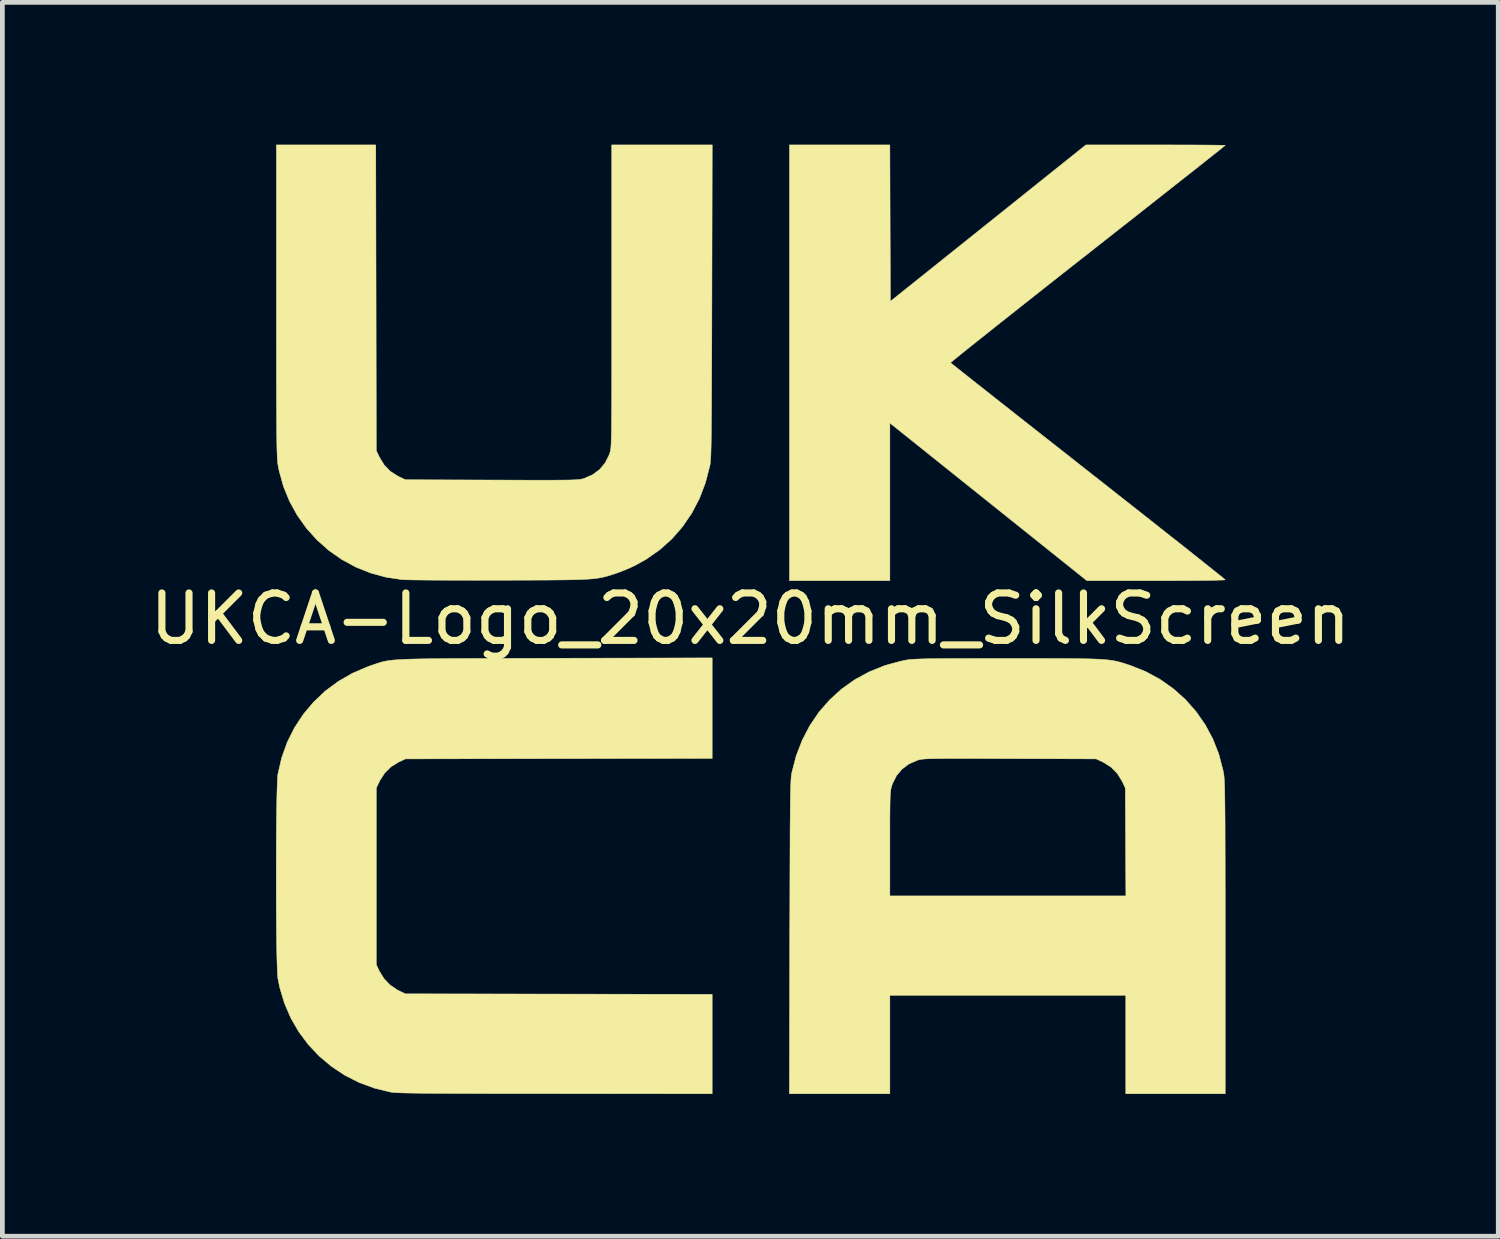
<source format=kicad_pcb>
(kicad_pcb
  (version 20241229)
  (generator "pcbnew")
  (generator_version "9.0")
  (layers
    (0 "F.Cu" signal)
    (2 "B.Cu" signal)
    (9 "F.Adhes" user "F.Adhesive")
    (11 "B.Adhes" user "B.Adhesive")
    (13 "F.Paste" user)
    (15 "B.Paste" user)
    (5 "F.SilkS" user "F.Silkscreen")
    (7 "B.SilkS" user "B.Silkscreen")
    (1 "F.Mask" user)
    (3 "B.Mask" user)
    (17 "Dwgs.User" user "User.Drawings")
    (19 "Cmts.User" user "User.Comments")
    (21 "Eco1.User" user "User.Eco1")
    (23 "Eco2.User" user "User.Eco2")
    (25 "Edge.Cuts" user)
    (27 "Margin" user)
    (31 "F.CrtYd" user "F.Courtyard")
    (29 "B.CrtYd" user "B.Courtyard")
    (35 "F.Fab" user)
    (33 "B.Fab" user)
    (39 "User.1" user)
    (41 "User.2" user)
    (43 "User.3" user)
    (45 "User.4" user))
  (footprint "UKCA-Logo_20x20mm_SilkScreen"
    (layer "F.Cu")
    (at 12.768 9.996)
    (property "Reference" "UKCA-Logo_20x20mm_SilkScreen" (at 0 0 0) (layer "F.SilkS") (effects (font (size 1 1) (thickness 0.15))))
    (attr board_only exclude_from_pos_files exclude_from_bom allow_missing_courtyard)
    (fp_poly (pts (xy 2.947 -8.342) (xy 2.953 -6.693) (xy 5.014 -8.342) (xy 7.075 -9.991) (xy 8.543 -9.991) (xy 8.788 -9.991) (xy 9.021 -9.99) (xy 9.237 -9.99) (xy 9.433 -9.989) (xy 9.607 -9.988) (xy 9.754 -9.987) (xy 9.871 -9.985) (xy 9.955 -9.984) (xy 10.002 -9.983) (xy 10.012 -9.982) (xy 9.995 -9.968) (xy 9.947 -9.929) (xy 9.87 -9.867) (xy 9.763 -9.783) (xy 9.631 -9.678) (xy 9.473 -9.553) (xy 9.293 -9.41) (xy 9.09 -9.251) (xy 8.868 -9.076) (xy 8.628 -8.887) (xy 8.372 -8.685) (xy 8.101 -8.471) (xy 7.817 -8.248) (xy 7.521 -8.015) (xy 7.216 -7.776) (xy 7.112 -7.694) (xy 6.804 -7.452) (xy 6.505 -7.217) (xy 6.217 -6.99) (xy 5.942 -6.772) (xy 5.681 -6.566) (xy 5.436 -6.372) (xy 5.208 -6.192) (xy 5 -6.026) (xy 4.813 -5.877) (xy 4.648 -5.746) (xy 4.508 -5.634) (xy 4.393 -5.541) (xy 4.307 -5.471) (xy 4.25 -5.424) (xy 4.224 -5.4) (xy 4.222 -5.398) (xy 4.24 -5.384) (xy 4.289 -5.344) (xy 4.368 -5.281) (xy 4.475 -5.196) (xy 4.609 -5.09) (xy 4.767 -4.965) (xy 4.949 -4.822) (xy 5.152 -4.661) (xy 5.375 -4.486) (xy 5.615 -4.296) (xy 5.872 -4.094) (xy 6.144 -3.88) (xy 6.428 -3.657) (xy 6.724 -3.424) (xy 7.029 -3.184) (xy 7.122 -3.111) (xy 7.43 -2.869) (xy 7.728 -2.634) (xy 8.016 -2.408) (xy 8.291 -2.191) (xy 8.552 -1.985) (xy 8.797 -1.791) (xy 9.025 -1.612) (xy 9.233 -1.447) (xy 9.421 -1.298) (xy 9.585 -1.167) (xy 9.726 -1.055) (xy 9.84 -0.963) (xy 9.927 -0.894) (xy 9.984 -0.847) (xy 10.01 -0.824) (xy 10.012 -0.822) (xy 9.991 -0.819) (xy 9.932 -0.817) (xy 9.837 -0.814) (xy 9.71 -0.811) (xy 9.554 -0.809) (xy 9.373 -0.807) (xy 9.17 -0.806) (xy 8.949 -0.805) (xy 8.712 -0.804) (xy 8.554 -0.804) (xy 7.096 -0.804) (xy 5.019 -2.466) (xy 2.942 -4.128) (xy 2.942 -0.804) (xy 0.826 -0.804) (xy 0.826 -9.991) (xy 2.942 -9.991) (xy 2.947 -8.342)) (stroke (width 0.01) (type solid)) (fill yes) (layer "F.SilkS"))
    (fp_poly (pts (xy -0.804 2.942) (xy -4.038 2.947) (xy -7.271 2.953) (xy -7.413 3.02) (xy -7.574 3.119) (xy -7.707 3.249) (xy -7.809 3.408) (xy -7.817 3.425) (xy -7.885 3.567) (xy -7.885 7.292) (xy -7.819 7.43) (xy -7.722 7.586) (xy -7.594 7.721) (xy -7.441 7.824) (xy -7.408 7.841) (xy -7.271 7.906) (xy -4.038 7.911) (xy -0.804 7.917) (xy -0.804 10.012) (xy -4.112 10.01) (xy -4.565 10.01) (xy -4.977 10.009) (xy -5.351 10.009) (xy -5.688 10.008) (xy -5.991 10.007) (xy -6.26 10.006) (xy -6.498 10.005) (xy -6.707 10.004) (xy -6.888 10.002) (xy -7.044 10) (xy -7.176 9.998) (xy -7.287 9.996) (xy -7.377 9.993) (xy -7.449 9.99) (xy -7.505 9.987) (xy -7.547 9.983) (xy -7.576 9.979) (xy -7.578 9.979) (xy -7.92 9.896) (xy -8.244 9.777) (xy -8.548 9.623) (xy -8.83 9.436) (xy -9.087 9.22) (xy -9.317 8.977) (xy -9.518 8.708) (xy -9.687 8.416) (xy -9.822 8.103) (xy -9.921 7.772) (xy -9.958 7.591) (xy -9.965 7.532) (xy -9.97 7.435) (xy -9.975 7.304) (xy -9.98 7.141) (xy -9.984 6.952) (xy -9.987 6.739) (xy -9.99 6.507) (xy -9.992 6.259) (xy -9.993 5.999) (xy -9.994 5.731) (xy -9.994 5.459) (xy -9.994 5.186) (xy -9.993 4.917) (xy -9.992 4.655) (xy -9.99 4.404) (xy -9.987 4.168) (xy -9.984 3.951) (xy -9.981 3.756) (xy -9.976 3.587) (xy -9.971 3.449) (xy -9.966 3.344) (xy -9.96 3.277) (xy -9.958 3.268) (xy -9.879 2.926) (xy -9.762 2.601) (xy -9.609 2.295) (xy -9.423 2.012) (xy -9.205 1.753) (xy -8.958 1.52) (xy -8.683 1.317) (xy -8.383 1.145) (xy -8.06 1.007) (xy -7.994 0.984) (xy -7.939 0.965) (xy -7.889 0.948) (xy -7.843 0.933) (xy -7.799 0.919) (xy -7.753 0.906) (xy -7.705 0.895) (xy -7.651 0.886) (xy -7.591 0.877) (xy -7.521 0.869) (xy -7.44 0.863) (xy -7.345 0.857) (xy -7.235 0.852) (xy -7.107 0.848) (xy -6.959 0.845) (xy -6.789 0.842) (xy -6.594 0.84) (xy -6.374 0.838) (xy -6.125 0.837) (xy -5.846 0.836) (xy -5.534 0.835) (xy -5.188 0.834) (xy -4.805 0.833) (xy -4.382 0.832) (xy -4.112 0.831) (xy -0.804 0.824) (xy -0.804 2.942)) (stroke (width 0.01) (type solid)) (fill yes) (layer "F.SilkS"))
    (fp_poly (pts (xy 6.084 0.836) (xy 6.356 0.837) (xy 6.593 0.837) (xy 6.8 0.839) (xy 6.98 0.841) (xy 7.134 0.844) (xy 7.266 0.848) (xy 7.38 0.854) (xy 7.477 0.861) (xy 7.561 0.869) (xy 7.635 0.879) (xy 7.701 0.891) (xy 7.763 0.906) (xy 7.823 0.922) (xy 7.885 0.941) (xy 7.951 0.963) (xy 8.015 0.984) (xy 8.34 1.114) (xy 8.643 1.279) (xy 8.921 1.476) (xy 9.174 1.702) (xy 9.398 1.956) (xy 9.591 2.234) (xy 9.752 2.534) (xy 9.877 2.854) (xy 9.965 3.19) (xy 9.98 3.268) (xy 9.984 3.297) (xy 9.988 3.334) (xy 9.991 3.381) (xy 9.995 3.438) (xy 9.998 3.509) (xy 10 3.596) (xy 10.002 3.699) (xy 10.004 3.823) (xy 10.006 3.967) (xy 10.007 4.135) (xy 10.009 4.329) (xy 10.009 4.55) (xy 10.01 4.801) (xy 10.011 5.083) (xy 10.011 5.398) (xy 10.012 5.75) (xy 10.012 6.138) (xy 10.012 6.567) (xy 10.012 6.734) (xy 10.012 10.012) (xy 7.916 10.012) (xy 7.916 7.938) (xy 2.942 7.938) (xy 2.942 10.012) (xy 0.824 10.012) (xy 0.831 6.715) (xy 0.833 6.274) (xy 0.834 5.874) (xy 0.835 5.512) (xy 0.836 5.186) (xy 0.837 4.894) (xy 0.838 4.742) (xy 2.942 4.742) (xy 2.942 5.842) (xy 7.918 5.842) (xy 7.912 4.704) (xy 7.906 3.567) (xy 7.839 3.425) (xy 7.739 3.263) (xy 7.609 3.13) (xy 7.451 3.028) (xy 7.434 3.02) (xy 7.292 2.953) (xy 5.472 2.947) (xy 5.152 2.946) (xy 4.872 2.945) (xy 4.629 2.944) (xy 4.419 2.944) (xy 4.241 2.944) (xy 4.09 2.945) (xy 3.965 2.946) (xy 3.862 2.947) (xy 3.779 2.95) (xy 3.713 2.952) (xy 3.661 2.956) (xy 3.62 2.96) (xy 3.587 2.965) (xy 3.559 2.971) (xy 3.534 2.978) (xy 3.514 2.985) (xy 3.342 3.061) (xy 3.198 3.169) (xy 3.082 3.307) (xy 2.999 3.472) (xy 2.986 3.509) (xy 2.976 3.54) (xy 2.968 3.572) (xy 2.961 3.608) (xy 2.956 3.652) (xy 2.951 3.709) (xy 2.948 3.781) (xy 2.946 3.873) (xy 2.944 3.989) (xy 2.943 4.132) (xy 2.942 4.306) (xy 2.942 4.516) (xy 2.942 4.742) (xy 0.838 4.742) (xy 0.838 4.635) (xy 0.839 4.405) (xy 0.841 4.204) (xy 0.842 4.028) (xy 0.844 3.877) (xy 0.846 3.747) (xy 0.848 3.637) (xy 0.851 3.545) (xy 0.854 3.469) (xy 0.857 3.407) (xy 0.86 3.356) (xy 0.864 3.315) (xy 0.868 3.282) (xy 0.873 3.254) (xy 0.875 3.244) (xy 0.967 2.89) (xy 1.095 2.558) (xy 1.256 2.249) (xy 1.449 1.965) (xy 1.673 1.709) (xy 1.924 1.481) (xy 2.202 1.283) (xy 2.505 1.118) (xy 2.832 0.986) (xy 3.179 0.891) (xy 3.266 0.873) (xy 3.302 0.867) (xy 3.342 0.861) (xy 3.388 0.856) (xy 3.443 0.852) (xy 3.509 0.849) (xy 3.591 0.846) (xy 3.69 0.843) (xy 3.809 0.841) (xy 3.951 0.839) (xy 4.118 0.838) (xy 4.314 0.837) (xy 4.542 0.837) (xy 4.803 0.836) (xy 5.102 0.836) (xy 5.429 0.836) (xy 5.776 0.836) (xy 6.084 0.836)) (stroke (width 0.01) (type solid)) (fill yes) (layer "F.SilkS"))
    (fp_poly (pts (xy -7.89 -6.768) (xy -7.885 -3.545) (xy -7.817 -3.404) (xy -7.718 -3.242) (xy -7.588 -3.109) (xy -7.429 -3.007) (xy -7.413 -2.999) (xy -7.271 -2.932) (xy -5.45 -2.926) (xy -5.131 -2.925) (xy -4.851 -2.924) (xy -4.608 -2.923) (xy -4.398 -2.923) (xy -4.219 -2.923) (xy -4.069 -2.924) (xy -3.944 -2.925) (xy -3.841 -2.926) (xy -3.758 -2.928) (xy -3.692 -2.931) (xy -3.64 -2.935) (xy -3.599 -2.939) (xy -3.566 -2.944) (xy -3.538 -2.95) (xy -3.513 -2.957) (xy -3.493 -2.964) (xy -3.321 -3.04) (xy -3.177 -3.148) (xy -3.061 -3.286) (xy -2.978 -3.451) (xy -2.965 -3.488) (xy -2.959 -3.506) (xy -2.953 -3.525) (xy -2.949 -3.547) (xy -2.944 -3.573) (xy -2.94 -3.607) (xy -2.937 -3.649) (xy -2.934 -3.703) (xy -2.932 -3.77) (xy -2.929 -3.851) (xy -2.927 -3.95) (xy -2.926 -4.069) (xy -2.925 -4.209) (xy -2.924 -4.372) (xy -2.923 -4.561) (xy -2.922 -4.778) (xy -2.922 -5.024) (xy -2.921 -5.302) (xy -2.921 -5.614) (xy -2.921 -5.962) (xy -2.921 -6.348) (xy -2.921 -6.774) (xy -2.921 -9.991) (xy -0.803 -9.991) (xy -0.81 -6.694) (xy -0.811 -6.253) (xy -0.812 -5.853) (xy -0.813 -5.491) (xy -0.815 -5.165) (xy -0.816 -4.873) (xy -0.817 -4.614) (xy -0.818 -4.384) (xy -0.82 -4.183) (xy -0.821 -4.007) (xy -0.823 -3.856) (xy -0.825 -3.726) (xy -0.827 -3.616) (xy -0.83 -3.524) (xy -0.832 -3.448) (xy -0.836 -3.386) (xy -0.839 -3.335) (xy -0.843 -3.294) (xy -0.847 -3.261) (xy -0.852 -3.233) (xy -0.854 -3.223) (xy -0.946 -2.868) (xy -1.073 -2.536) (xy -1.234 -2.227) (xy -1.428 -1.943) (xy -1.653 -1.685) (xy -1.909 -1.456) (xy -2.194 -1.257) (xy -2.406 -1.138) (xy -2.522 -1.082) (xy -2.65 -1.027) (xy -2.773 -0.979) (xy -2.842 -0.955) (xy -2.913 -0.932) (xy -2.976 -0.912) (xy -3.036 -0.895) (xy -3.095 -0.88) (xy -3.156 -0.867) (xy -3.222 -0.856) (xy -3.296 -0.846) (xy -3.381 -0.839) (xy -3.48 -0.833) (xy -3.596 -0.828) (xy -3.732 -0.824) (xy -3.892 -0.821) (xy -4.077 -0.819) (xy -4.292 -0.817) (xy -4.539 -0.816) (xy -4.821 -0.815) (xy -5.141 -0.814) (xy -5.271 -0.814) (xy -5.553 -0.814) (xy -5.828 -0.813) (xy -6.09 -0.814) (xy -6.336 -0.814) (xy -6.564 -0.815) (xy -6.769 -0.816) (xy -6.948 -0.818) (xy -7.099 -0.82) (xy -7.216 -0.822) (xy -7.297 -0.824) (xy -7.334 -0.826) (xy -7.678 -0.877) (xy -8.007 -0.967) (xy -8.32 -1.092) (xy -8.614 -1.252) (xy -8.887 -1.443) (xy -9.136 -1.664) (xy -9.358 -1.911) (xy -9.552 -2.184) (xy -9.714 -2.478) (xy -9.843 -2.793) (xy -9.935 -3.126) (xy -9.958 -3.247) (xy -9.963 -3.276) (xy -9.967 -3.313) (xy -9.97 -3.359) (xy -9.973 -3.417) (xy -9.976 -3.488) (xy -9.979 -3.574) (xy -9.981 -3.678) (xy -9.983 -3.801) (xy -9.985 -3.946) (xy -9.986 -4.114) (xy -9.987 -4.308) (xy -9.988 -4.529) (xy -9.989 -4.779) (xy -9.99 -5.062) (xy -9.99 -5.377) (xy -9.99 -5.728) (xy -9.991 -6.117) (xy -9.991 -6.545) (xy -9.991 -6.713) (xy -9.991 -9.991) (xy -7.896 -9.991) (xy -7.89 -6.768)) (stroke (width 0.01) (type solid)) (fill yes) (layer "F.SilkS")))
  (gr_rect
    (start -3 -3)
    (end 28.536 23.012)
    (stroke (width 0.1) (type default))
    (fill no)
    (layer "Edge.Cuts")))
</source>
